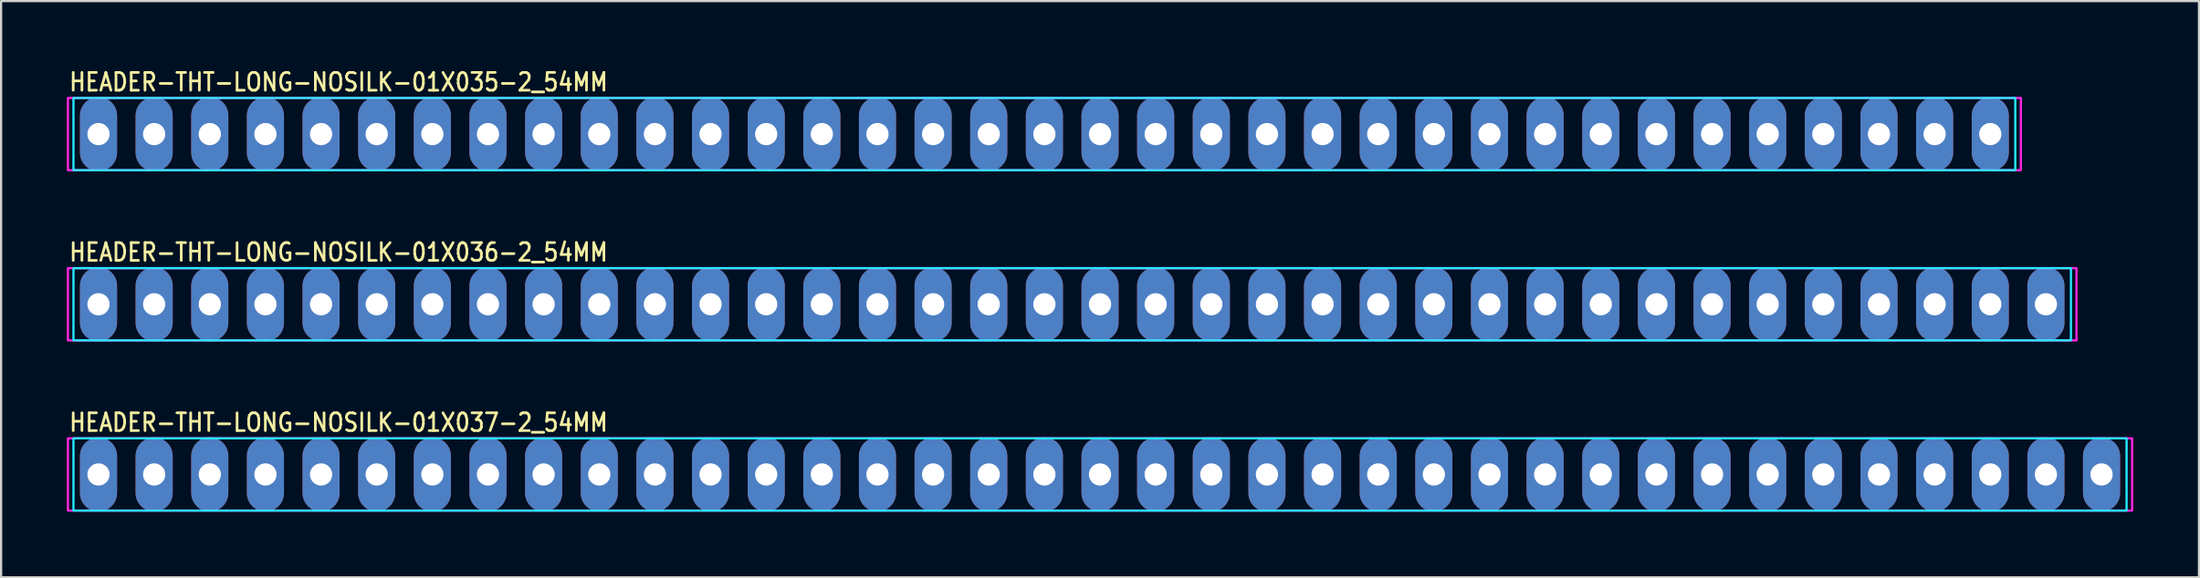
<source format=kicad_pcb>
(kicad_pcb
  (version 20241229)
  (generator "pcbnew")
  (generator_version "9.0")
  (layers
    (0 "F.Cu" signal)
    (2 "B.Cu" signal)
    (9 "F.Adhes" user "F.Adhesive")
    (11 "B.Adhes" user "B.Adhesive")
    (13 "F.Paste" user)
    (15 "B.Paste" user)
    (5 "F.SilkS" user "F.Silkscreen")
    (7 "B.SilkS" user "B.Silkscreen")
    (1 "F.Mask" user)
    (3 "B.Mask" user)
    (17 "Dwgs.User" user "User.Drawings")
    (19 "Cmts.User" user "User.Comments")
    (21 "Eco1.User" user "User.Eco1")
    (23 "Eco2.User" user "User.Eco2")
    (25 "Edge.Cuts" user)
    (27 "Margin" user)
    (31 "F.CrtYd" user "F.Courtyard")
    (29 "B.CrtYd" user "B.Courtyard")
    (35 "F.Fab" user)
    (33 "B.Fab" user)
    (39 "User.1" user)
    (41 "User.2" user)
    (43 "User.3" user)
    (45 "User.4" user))
  (footprint "HEADER-THT-LONG-NOSILK-01X036-2_54MM"
    (layer "F.Cu")
    (at 1.447 10.858)
    (property "Reference" "HEADER-THT-LONG-NOSILK-01X036-2_54MM" (at -1.4 -1.9 0) (unlocked yes) (layer "F.SilkS") (effects (font (size 0.813 0.695) (thickness 0.122)) (justify left bottom)))
    (fp_poly (pts (xy -1.143 -1.651) (xy 90.043 -1.651) (xy 90.043 1.651) (xy -1.143 1.651)) (stroke (width 0.1) (type solid)) (fill no) (layer "B.CrtYd"))
    (fp_poly (pts (xy -1.397 -1.651) (xy 90.297 -1.651) (xy 90.297 1.651) (xy -1.397 1.651)) (stroke (width 0.1) (type solid)) (fill no) (layer "F.CrtYd"))
    (pad "P$1" thru_hole oval (at 0 0 90) (size 3.387 1.693) (drill 1.016) (layers "*.Cu" "*.Mask"))
    (pad "P$2" thru_hole oval (at 2.54 0 90) (size 3.387 1.693) (drill 1.016) (layers "*.Cu" "*.Mask"))
    (pad "P$3" thru_hole oval (at 5.08 0 90) (size 3.387 1.693) (drill 1.016) (layers "*.Cu" "*.Mask"))
    (pad "P$4" thru_hole oval (at 7.62 0 90) (size 3.387 1.693) (drill 1.016) (layers "*.Cu" "*.Mask"))
    (pad "P$5" thru_hole oval (at 10.16 0 90) (size 3.387 1.693) (drill 1.016) (layers "*.Cu" "*.Mask"))
    (pad "P$6" thru_hole oval (at 12.7 0 90) (size 3.387 1.693) (drill 1.016) (layers "*.Cu" "*.Mask"))
    (pad "P$7" thru_hole oval (at 15.24 0 90) (size 3.387 1.693) (drill 1.016) (layers "*.Cu" "*.Mask"))
    (pad "P$8" thru_hole oval (at 17.78 0 90) (size 3.387 1.693) (drill 1.016) (layers "*.Cu" "*.Mask"))
    (pad "P$9" thru_hole oval (at 20.32 0 90) (size 3.387 1.693) (drill 1.016) (layers "*.Cu" "*.Mask"))
    (pad "P$10" thru_hole oval (at 22.86 0 90) (size 3.387 1.693) (drill 1.016) (layers "*.Cu" "*.Mask"))
    (pad "P$11" thru_hole oval (at 25.4 0 90) (size 3.387 1.693) (drill 1.016) (layers "*.Cu" "*.Mask"))
    (pad "P$12" thru_hole oval (at 27.94 0 90) (size 3.387 1.693) (drill 1.016) (layers "*.Cu" "*.Mask"))
    (pad "P$13" thru_hole oval (at 30.48 0 90) (size 3.387 1.693) (drill 1.016) (layers "*.Cu" "*.Mask"))
    (pad "P$14" thru_hole oval (at 33.02 0 90) (size 3.387 1.693) (drill 1.016) (layers "*.Cu" "*.Mask"))
    (pad "P$15" thru_hole oval (at 35.56 0 90) (size 3.387 1.693) (drill 1.016) (layers "*.Cu" "*.Mask"))
    (pad "P$16" thru_hole oval (at 38.1 0 90) (size 3.387 1.693) (drill 1.016) (layers "*.Cu" "*.Mask"))
    (pad "P$17" thru_hole oval (at 40.64 0 90) (size 3.387 1.693) (drill 1.016) (layers "*.Cu" "*.Mask"))
    (pad "P$18" thru_hole oval (at 43.18 0 90) (size 3.387 1.693) (drill 1.016) (layers "*.Cu" "*.Mask"))
    (pad "P$19" thru_hole oval (at 45.72 0 90) (size 3.387 1.693) (drill 1.016) (layers "*.Cu" "*.Mask"))
    (pad "P$20" thru_hole oval (at 48.26 0 90) (size 3.387 1.693) (drill 1.016) (layers "*.Cu" "*.Mask"))
    (pad "P$21" thru_hole oval (at 50.8 0 90) (size 3.387 1.693) (drill 1.016) (layers "*.Cu" "*.Mask"))
    (pad "P$22" thru_hole oval (at 53.34 0 90) (size 3.387 1.693) (drill 1.016) (layers "*.Cu" "*.Mask"))
    (pad "P$23" thru_hole oval (at 55.88 0 90) (size 3.387 1.693) (drill 1.016) (layers "*.Cu" "*.Mask"))
    (pad "P$24" thru_hole oval (at 58.42 0 90) (size 3.387 1.693) (drill 1.016) (layers "*.Cu" "*.Mask"))
    (pad "P$25" thru_hole oval (at 60.96 0 90) (size 3.387 1.693) (drill 1.016) (layers "*.Cu" "*.Mask"))
    (pad "P$26" thru_hole oval (at 63.5 0 90) (size 3.387 1.693) (drill 1.016) (layers "*.Cu" "*.Mask"))
    (pad "P$27" thru_hole oval (at 66.04 0 90) (size 3.387 1.693) (drill 1.016) (layers "*.Cu" "*.Mask"))
    (pad "P$28" thru_hole oval (at 68.58 0 90) (size 3.387 1.693) (drill 1.016) (layers "*.Cu" "*.Mask"))
    (pad "P$29" thru_hole oval (at 71.12 0 90) (size 3.387 1.693) (drill 1.016) (layers "*.Cu" "*.Mask"))
    (pad "P$30" thru_hole oval (at 73.66 0 90) (size 3.387 1.693) (drill 1.016) (layers "*.Cu" "*.Mask"))
    (pad "P$31" thru_hole oval (at 76.2 0 90) (size 3.387 1.693) (drill 1.016) (layers "*.Cu" "*.Mask"))
    (pad "P$32" thru_hole oval (at 78.74 0 90) (size 3.387 1.693) (drill 1.016) (layers "*.Cu" "*.Mask"))
    (pad "P$33" thru_hole oval (at 81.28 0 90) (size 3.387 1.693) (drill 1.016) (layers "*.Cu" "*.Mask"))
    (pad "P$34" thru_hole oval (at 83.82 0 90) (size 3.387 1.693) (drill 1.016) (layers "*.Cu" "*.Mask"))
    (pad "P$35" thru_hole oval (at 86.36 0 90) (size 3.387 1.693) (drill 1.016) (layers "*.Cu" "*.Mask"))
    (pad "P$36" thru_hole oval (at 88.9 0 90) (size 3.387 1.693) (drill 1.016) (layers "*.Cu" "*.Mask")))
  (footprint "HEADER-THT-LONG-NOSILK-01X035-2_54MM"
    (layer "F.Cu")
    (at 1.447 3.079)
    (property "Reference" "HEADER-THT-LONG-NOSILK-01X035-2_54MM" (at -1.4 -1.9 0) (unlocked yes) (layer "F.SilkS") (effects (font (size 0.813 0.695) (thickness 0.122)) (justify left bottom)))
    (fp_poly (pts (xy -1.143 -1.651) (xy 87.503 -1.651) (xy 87.503 1.651) (xy -1.143 1.651)) (stroke (width 0.1) (type solid)) (fill no) (layer "B.CrtYd"))
    (fp_poly (pts (xy -1.397 -1.651) (xy 87.757 -1.651) (xy 87.757 1.651) (xy -1.397 1.651)) (stroke (width 0.1) (type solid)) (fill no) (layer "F.CrtYd"))
    (pad "P$1" thru_hole oval (at 0 0 90) (size 3.387 1.693) (drill 1.016) (layers "*.Cu" "*.Mask"))
    (pad "P$2" thru_hole oval (at 2.54 0 90) (size 3.387 1.693) (drill 1.016) (layers "*.Cu" "*.Mask"))
    (pad "P$3" thru_hole oval (at 5.08 0 90) (size 3.387 1.693) (drill 1.016) (layers "*.Cu" "*.Mask"))
    (pad "P$4" thru_hole oval (at 7.62 0 90) (size 3.387 1.693) (drill 1.016) (layers "*.Cu" "*.Mask"))
    (pad "P$5" thru_hole oval (at 10.16 0 90) (size 3.387 1.693) (drill 1.016) (layers "*.Cu" "*.Mask"))
    (pad "P$6" thru_hole oval (at 12.7 0 90) (size 3.387 1.693) (drill 1.016) (layers "*.Cu" "*.Mask"))
    (pad "P$7" thru_hole oval (at 15.24 0 90) (size 3.387 1.693) (drill 1.016) (layers "*.Cu" "*.Mask"))
    (pad "P$8" thru_hole oval (at 17.78 0 90) (size 3.387 1.693) (drill 1.016) (layers "*.Cu" "*.Mask"))
    (pad "P$9" thru_hole oval (at 20.32 0 90) (size 3.387 1.693) (drill 1.016) (layers "*.Cu" "*.Mask"))
    (pad "P$10" thru_hole oval (at 22.86 0 90) (size 3.387 1.693) (drill 1.016) (layers "*.Cu" "*.Mask"))
    (pad "P$11" thru_hole oval (at 25.4 0 90) (size 3.387 1.693) (drill 1.016) (layers "*.Cu" "*.Mask"))
    (pad "P$12" thru_hole oval (at 27.94 0 90) (size 3.387 1.693) (drill 1.016) (layers "*.Cu" "*.Mask"))
    (pad "P$13" thru_hole oval (at 30.48 0 90) (size 3.387 1.693) (drill 1.016) (layers "*.Cu" "*.Mask"))
    (pad "P$14" thru_hole oval (at 33.02 0 90) (size 3.387 1.693) (drill 1.016) (layers "*.Cu" "*.Mask"))
    (pad "P$15" thru_hole oval (at 35.56 0 90) (size 3.387 1.693) (drill 1.016) (layers "*.Cu" "*.Mask"))
    (pad "P$16" thru_hole oval (at 38.1 0 90) (size 3.387 1.693) (drill 1.016) (layers "*.Cu" "*.Mask"))
    (pad "P$17" thru_hole oval (at 40.64 0 90) (size 3.387 1.693) (drill 1.016) (layers "*.Cu" "*.Mask"))
    (pad "P$18" thru_hole oval (at 43.18 0 90) (size 3.387 1.693) (drill 1.016) (layers "*.Cu" "*.Mask"))
    (pad "P$19" thru_hole oval (at 45.72 0 90) (size 3.387 1.693) (drill 1.016) (layers "*.Cu" "*.Mask"))
    (pad "P$20" thru_hole oval (at 48.26 0 90) (size 3.387 1.693) (drill 1.016) (layers "*.Cu" "*.Mask"))
    (pad "P$21" thru_hole oval (at 50.8 0 90) (size 3.387 1.693) (drill 1.016) (layers "*.Cu" "*.Mask"))
    (pad "P$22" thru_hole oval (at 53.34 0 90) (size 3.387 1.693) (drill 1.016) (layers "*.Cu" "*.Mask"))
    (pad "P$23" thru_hole oval (at 55.88 0 90) (size 3.387 1.693) (drill 1.016) (layers "*.Cu" "*.Mask"))
    (pad "P$24" thru_hole oval (at 58.42 0 90) (size 3.387 1.693) (drill 1.016) (layers "*.Cu" "*.Mask"))
    (pad "P$25" thru_hole oval (at 60.96 0 90) (size 3.387 1.693) (drill 1.016) (layers "*.Cu" "*.Mask"))
    (pad "P$26" thru_hole oval (at 63.5 0 90) (size 3.387 1.693) (drill 1.016) (layers "*.Cu" "*.Mask"))
    (pad "P$27" thru_hole oval (at 66.04 0 90) (size 3.387 1.693) (drill 1.016) (layers "*.Cu" "*.Mask"))
    (pad "P$28" thru_hole oval (at 68.58 0 90) (size 3.387 1.693) (drill 1.016) (layers "*.Cu" "*.Mask"))
    (pad "P$29" thru_hole oval (at 71.12 0 90) (size 3.387 1.693) (drill 1.016) (layers "*.Cu" "*.Mask"))
    (pad "P$30" thru_hole oval (at 73.66 0 90) (size 3.387 1.693) (drill 1.016) (layers "*.Cu" "*.Mask"))
    (pad "P$31" thru_hole oval (at 76.2 0 90) (size 3.387 1.693) (drill 1.016) (layers "*.Cu" "*.Mask"))
    (pad "P$32" thru_hole oval (at 78.74 0 90) (size 3.387 1.693) (drill 1.016) (layers "*.Cu" "*.Mask"))
    (pad "P$33" thru_hole oval (at 81.28 0 90) (size 3.387 1.693) (drill 1.016) (layers "*.Cu" "*.Mask"))
    (pad "P$34" thru_hole oval (at 83.82 0 90) (size 3.387 1.693) (drill 1.016) (layers "*.Cu" "*.Mask"))
    (pad "P$35" thru_hole oval (at 86.36 0 90) (size 3.387 1.693) (drill 1.016) (layers "*.Cu" "*.Mask")))
  (footprint "HEADER-THT-LONG-NOSILK-01X037-2_54MM"
    (layer "F.Cu")
    (at 1.447 18.638)
    (property "Reference" "HEADER-THT-LONG-NOSILK-01X037-2_54MM" (at -1.4 -1.9 0) (unlocked yes) (layer "F.SilkS") (effects (font (size 0.813 0.695) (thickness 0.122)) (justify left bottom)))
    (fp_poly (pts (xy -1.143 -1.651) (xy 92.583 -1.651) (xy 92.583 1.651) (xy -1.143 1.651)) (stroke (width 0.1) (type solid)) (fill no) (layer "B.CrtYd"))
    (fp_poly (pts (xy -1.397 -1.651) (xy 92.837 -1.651) (xy 92.837 1.651) (xy -1.397 1.651)) (stroke (width 0.1) (type solid)) (fill no) (layer "F.CrtYd"))
    (pad "P$1" thru_hole oval (at 0 0 90) (size 3.387 1.693) (drill 1.016) (layers "*.Cu" "*.Mask"))
    (pad "P$2" thru_hole oval (at 2.54 0 90) (size 3.387 1.693) (drill 1.016) (layers "*.Cu" "*.Mask"))
    (pad "P$3" thru_hole oval (at 5.08 0 90) (size 3.387 1.693) (drill 1.016) (layers "*.Cu" "*.Mask"))
    (pad "P$4" thru_hole oval (at 7.62 0 90) (size 3.387 1.693) (drill 1.016) (layers "*.Cu" "*.Mask"))
    (pad "P$5" thru_hole oval (at 10.16 0 90) (size 3.387 1.693) (drill 1.016) (layers "*.Cu" "*.Mask"))
    (pad "P$6" thru_hole oval (at 12.7 0 90) (size 3.387 1.693) (drill 1.016) (layers "*.Cu" "*.Mask"))
    (pad "P$7" thru_hole oval (at 15.24 0 90) (size 3.387 1.693) (drill 1.016) (layers "*.Cu" "*.Mask"))
    (pad "P$8" thru_hole oval (at 17.78 0 90) (size 3.387 1.693) (drill 1.016) (layers "*.Cu" "*.Mask"))
    (pad "P$9" thru_hole oval (at 20.32 0 90) (size 3.387 1.693) (drill 1.016) (layers "*.Cu" "*.Mask"))
    (pad "P$10" thru_hole oval (at 22.86 0 90) (size 3.387 1.693) (drill 1.016) (layers "*.Cu" "*.Mask"))
    (pad "P$11" thru_hole oval (at 25.4 0 90) (size 3.387 1.693) (drill 1.016) (layers "*.Cu" "*.Mask"))
    (pad "P$12" thru_hole oval (at 27.94 0 90) (size 3.387 1.693) (drill 1.016) (layers "*.Cu" "*.Mask"))
    (pad "P$13" thru_hole oval (at 30.48 0 90) (size 3.387 1.693) (drill 1.016) (layers "*.Cu" "*.Mask"))
    (pad "P$14" thru_hole oval (at 33.02 0 90) (size 3.387 1.693) (drill 1.016) (layers "*.Cu" "*.Mask"))
    (pad "P$15" thru_hole oval (at 35.56 0 90) (size 3.387 1.693) (drill 1.016) (layers "*.Cu" "*.Mask"))
    (pad "P$16" thru_hole oval (at 38.1 0 90) (size 3.387 1.693) (drill 1.016) (layers "*.Cu" "*.Mask"))
    (pad "P$17" thru_hole oval (at 40.64 0 90) (size 3.387 1.693) (drill 1.016) (layers "*.Cu" "*.Mask"))
    (pad "P$18" thru_hole oval (at 43.18 0 90) (size 3.387 1.693) (drill 1.016) (layers "*.Cu" "*.Mask"))
    (pad "P$19" thru_hole oval (at 45.72 0 90) (size 3.387 1.693) (drill 1.016) (layers "*.Cu" "*.Mask"))
    (pad "P$20" thru_hole oval (at 48.26 0 90) (size 3.387 1.693) (drill 1.016) (layers "*.Cu" "*.Mask"))
    (pad "P$21" thru_hole oval (at 50.8 0 90) (size 3.387 1.693) (drill 1.016) (layers "*.Cu" "*.Mask"))
    (pad "P$22" thru_hole oval (at 53.34 0 90) (size 3.387 1.693) (drill 1.016) (layers "*.Cu" "*.Mask"))
    (pad "P$23" thru_hole oval (at 55.88 0 90) (size 3.387 1.693) (drill 1.016) (layers "*.Cu" "*.Mask"))
    (pad "P$24" thru_hole oval (at 58.42 0 90) (size 3.387 1.693) (drill 1.016) (layers "*.Cu" "*.Mask"))
    (pad "P$25" thru_hole oval (at 60.96 0 90) (size 3.387 1.693) (drill 1.016) (layers "*.Cu" "*.Mask"))
    (pad "P$26" thru_hole oval (at 63.5 0 90) (size 3.387 1.693) (drill 1.016) (layers "*.Cu" "*.Mask"))
    (pad "P$27" thru_hole oval (at 66.04 0 90) (size 3.387 1.693) (drill 1.016) (layers "*.Cu" "*.Mask"))
    (pad "P$28" thru_hole oval (at 68.58 0 90) (size 3.387 1.693) (drill 1.016) (layers "*.Cu" "*.Mask"))
    (pad "P$29" thru_hole oval (at 71.12 0 90) (size 3.387 1.693) (drill 1.016) (layers "*.Cu" "*.Mask"))
    (pad "P$30" thru_hole oval (at 73.66 0 90) (size 3.387 1.693) (drill 1.016) (layers "*.Cu" "*.Mask"))
    (pad "P$31" thru_hole oval (at 76.2 0 90) (size 3.387 1.693) (drill 1.016) (layers "*.Cu" "*.Mask"))
    (pad "P$32" thru_hole oval (at 78.74 0 90) (size 3.387 1.693) (drill 1.016) (layers "*.Cu" "*.Mask"))
    (pad "P$33" thru_hole oval (at 81.28 0 90) (size 3.387 1.693) (drill 1.016) (layers "*.Cu" "*.Mask"))
    (pad "P$34" thru_hole oval (at 83.82 0 90) (size 3.387 1.693) (drill 1.016) (layers "*.Cu" "*.Mask"))
    (pad "P$35" thru_hole oval (at 86.36 0 90) (size 3.387 1.693) (drill 1.016) (layers "*.Cu" "*.Mask"))
    (pad "P$36" thru_hole oval (at 88.9 0 90) (size 3.387 1.693) (drill 1.016) (layers "*.Cu" "*.Mask"))
    (pad "P$37" thru_hole oval (at 91.44 0 90) (size 3.387 1.693) (drill 1.016) (layers "*.Cu" "*.Mask")))
  (gr_rect
    (start -3 -3)
    (end 97.334 23.339)
    (stroke (width 0.1) (type default))
    (fill no)
    (layer "Edge.Cuts")))
</source>
